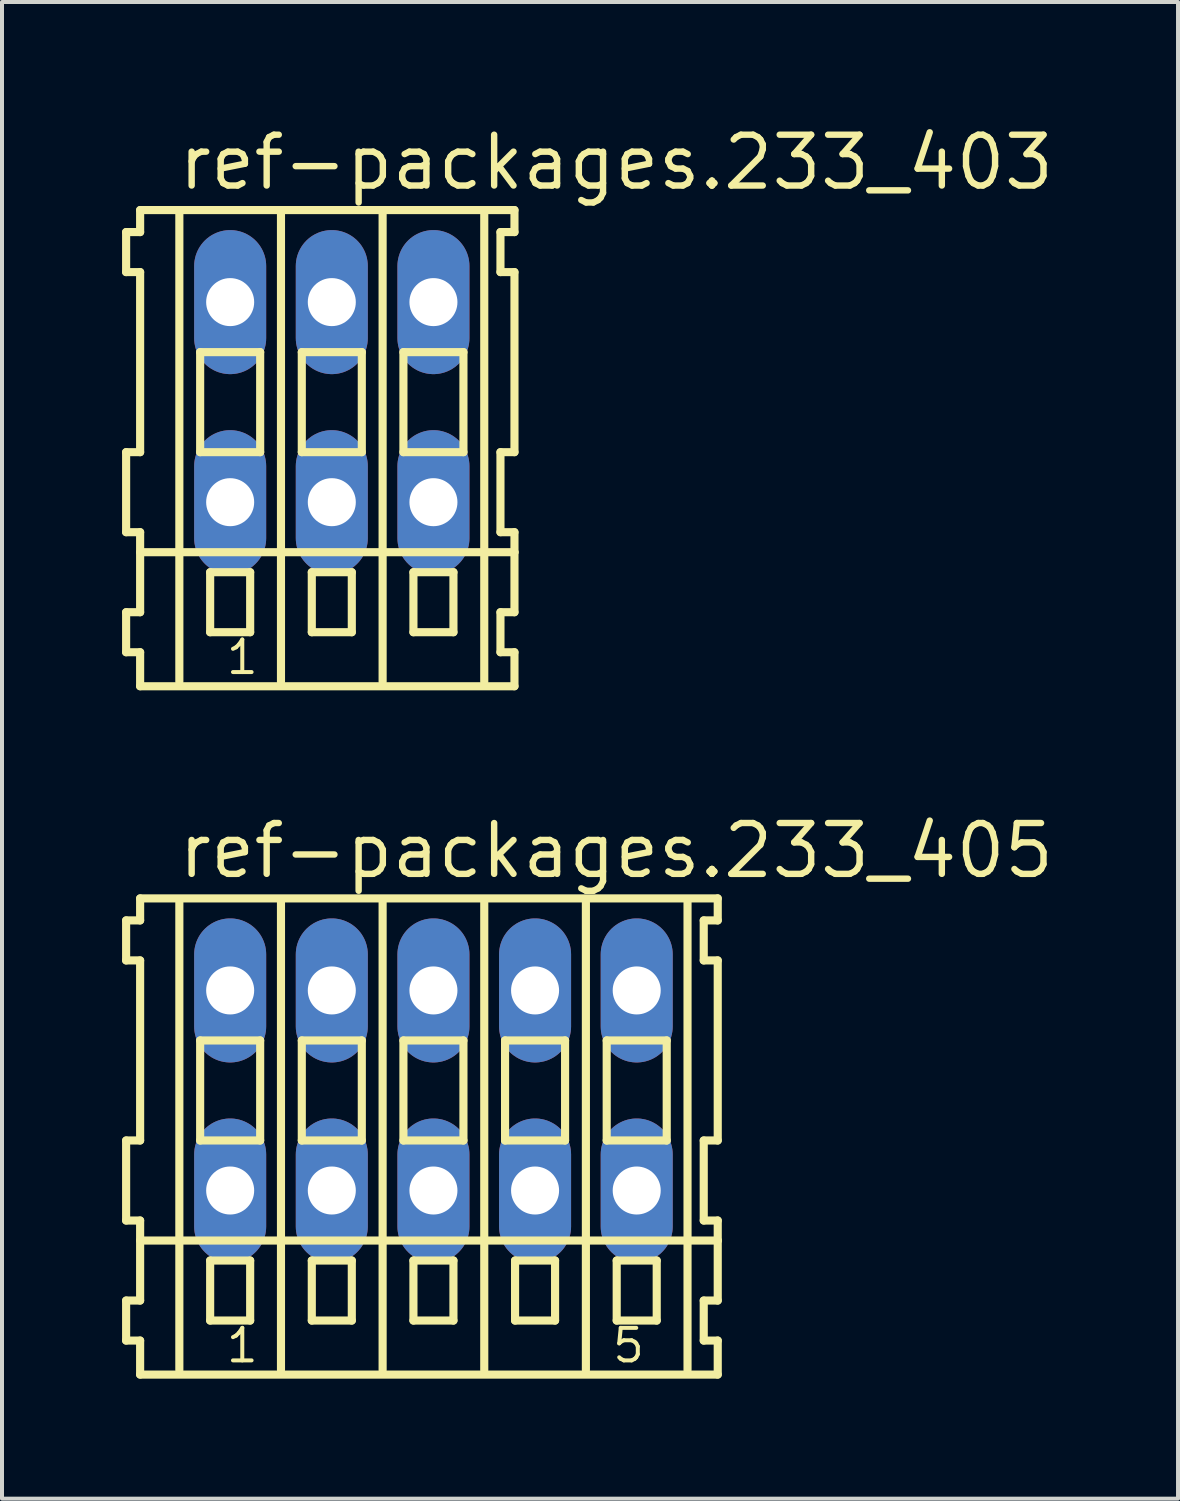
<source format=kicad_pcb>
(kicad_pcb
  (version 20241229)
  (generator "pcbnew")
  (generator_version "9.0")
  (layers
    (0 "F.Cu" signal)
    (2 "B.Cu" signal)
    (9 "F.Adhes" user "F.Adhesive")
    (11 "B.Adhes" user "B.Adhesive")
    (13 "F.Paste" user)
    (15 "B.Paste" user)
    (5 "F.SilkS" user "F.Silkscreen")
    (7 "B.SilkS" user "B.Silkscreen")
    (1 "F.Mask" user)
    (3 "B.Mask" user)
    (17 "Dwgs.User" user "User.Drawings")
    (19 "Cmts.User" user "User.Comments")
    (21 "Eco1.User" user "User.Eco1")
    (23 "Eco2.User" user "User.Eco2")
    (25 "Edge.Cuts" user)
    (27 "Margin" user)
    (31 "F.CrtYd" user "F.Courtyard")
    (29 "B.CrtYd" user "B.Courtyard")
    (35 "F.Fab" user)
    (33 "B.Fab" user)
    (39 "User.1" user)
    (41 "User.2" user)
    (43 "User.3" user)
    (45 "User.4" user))
  (footprint "ref-packages.233_403"
    (layer "F.Cu")
    (at 5.242 7)
    (property "Reference" "ref-packages.233_403" (at -3.91 -5.25 0) (layer "F.SilkS") (effects (font (size 1.27 1.27) (thickness 0.16)) (justify left bottom)))
    (attr through_hole)
    (fp_line (start -5.14 -4.25) (end -5.14 -3.25) (stroke (width 0.203) (type default)) (layer "F.SilkS"))
    (fp_line (start -5.14 -3.25) (end -4.79 -3.25) (stroke (width 0.203) (type default)) (layer "F.SilkS"))
    (fp_line (start -5.14 1.25) (end -5.14 3.25) (stroke (width 0.203) (type default)) (layer "F.SilkS"))
    (fp_line (start -5.14 3.25) (end -4.79 3.25) (stroke (width 0.203) (type default)) (layer "F.SilkS"))
    (fp_line (start -5.14 5.25) (end -5.14 6.25) (stroke (width 0.203) (type default)) (layer "F.SilkS"))
    (fp_line (start -5.14 6.25) (end -4.79 6.25) (stroke (width 0.203) (type default)) (layer "F.SilkS"))
    (fp_line (start -4.79 -4.8) (end -4.79 -4.25) (stroke (width 0.203) (type default)) (layer "F.SilkS"))
    (fp_line (start -4.79 -4.25) (end -5.14 -4.25) (stroke (width 0.203) (type default)) (layer "F.SilkS"))
    (fp_line (start -4.79 -3.25) (end -4.79 1.25) (stroke (width 0.203) (type default)) (layer "F.SilkS"))
    (fp_line (start -4.79 1.25) (end -5.14 1.25) (stroke (width 0.203) (type default)) (layer "F.SilkS"))
    (fp_line (start -4.79 3.25) (end -4.79 5.25) (stroke (width 0.203) (type default)) (layer "F.SilkS"))
    (fp_line (start -4.79 3.75) (end 4.565 3.75) (stroke (width 0.203) (type default)) (layer "F.SilkS"))
    (fp_line (start -4.79 5.25) (end -5.14 5.25) (stroke (width 0.203) (type default)) (layer "F.SilkS"))
    (fp_line (start -4.79 6.25) (end -4.79 7.1) (stroke (width 0.203) (type default)) (layer "F.SilkS"))
    (fp_line (start -4.79 7.1) (end 4.565 7.1) (stroke (width 0.203) (type default)) (layer "F.SilkS"))
    (fp_line (start -3.81 6.985) (end -3.81 -4.699) (stroke (width 0.203) (type default)) (layer "F.SilkS"))
    (fp_line (start -3.29 -1.25) (end -3.29 1.25) (stroke (width 0.203) (type default)) (layer "F.SilkS"))
    (fp_line (start -3.29 1.25) (end -1.79 1.25) (stroke (width 0.203) (type default)) (layer "F.SilkS"))
    (fp_line (start -3.04 4.25) (end -3.04 5.75) (stroke (width 0.203) (type default)) (layer "F.SilkS"))
    (fp_line (start -3.04 5.75) (end -2.04 5.75) (stroke (width 0.203) (type default)) (layer "F.SilkS"))
    (fp_line (start -2.04 4.25) (end -3.04 4.25) (stroke (width 0.203) (type default)) (layer "F.SilkS"))
    (fp_line (start -2.04 5.75) (end -2.04 4.25) (stroke (width 0.203) (type default)) (layer "F.SilkS"))
    (fp_line (start -1.79 -1.25) (end -3.29 -1.25) (stroke (width 0.203) (type default)) (layer "F.SilkS"))
    (fp_line (start -1.79 1.25) (end -1.79 -1.25) (stroke (width 0.203) (type default)) (layer "F.SilkS"))
    (fp_line (start -1.27 6.985) (end -1.27 -4.699) (stroke (width 0.203) (type default)) (layer "F.SilkS"))
    (fp_line (start -0.75 -1.25) (end -0.75 1.25) (stroke (width 0.203) (type default)) (layer "F.SilkS"))
    (fp_line (start -0.75 1.25) (end 0.75 1.25) (stroke (width 0.203) (type default)) (layer "F.SilkS"))
    (fp_line (start -0.5 4.25) (end -0.5 5.75) (stroke (width 0.203) (type default)) (layer "F.SilkS"))
    (fp_line (start -0.5 5.75) (end 0.5 5.75) (stroke (width 0.203) (type default)) (layer "F.SilkS"))
    (fp_line (start 0.5 4.25) (end -0.5 4.25) (stroke (width 0.203) (type default)) (layer "F.SilkS"))
    (fp_line (start 0.5 5.75) (end 0.5 4.25) (stroke (width 0.203) (type default)) (layer "F.SilkS"))
    (fp_line (start 0.75 -1.25) (end -0.75 -1.25) (stroke (width 0.203) (type default)) (layer "F.SilkS"))
    (fp_line (start 0.75 1.25) (end 0.75 -1.25) (stroke (width 0.203) (type default)) (layer "F.SilkS"))
    (fp_line (start 1.27 6.985) (end 1.27 -4.699) (stroke (width 0.203) (type default)) (layer "F.SilkS"))
    (fp_line (start 1.79 -1.25) (end 1.79 1.25) (stroke (width 0.203) (type default)) (layer "F.SilkS"))
    (fp_line (start 1.79 1.25) (end 3.29 1.25) (stroke (width 0.203) (type default)) (layer "F.SilkS"))
    (fp_line (start 2.04 4.25) (end 2.04 5.75) (stroke (width 0.203) (type default)) (layer "F.SilkS"))
    (fp_line (start 2.04 5.75) (end 3.04 5.75) (stroke (width 0.203) (type default)) (layer "F.SilkS"))
    (fp_line (start 3.04 4.25) (end 2.04 4.25) (stroke (width 0.203) (type default)) (layer "F.SilkS"))
    (fp_line (start 3.04 5.75) (end 3.04 4.25) (stroke (width 0.203) (type default)) (layer "F.SilkS"))
    (fp_line (start 3.29 -1.25) (end 1.79 -1.25) (stroke (width 0.203) (type default)) (layer "F.SilkS"))
    (fp_line (start 3.29 1.25) (end 3.29 -1.25) (stroke (width 0.203) (type default)) (layer "F.SilkS"))
    (fp_line (start 3.81 6.985) (end 3.81 -4.699) (stroke (width 0.203) (type default)) (layer "F.SilkS"))
    (fp_line (start 4.215 -4.25) (end 4.215 -3.25) (stroke (width 0.203) (type default)) (layer "F.SilkS"))
    (fp_line (start 4.215 -3.25) (end 4.565 -3.25) (stroke (width 0.203) (type default)) (layer "F.SilkS"))
    (fp_line (start 4.215 1.25) (end 4.215 3.25) (stroke (width 0.203) (type default)) (layer "F.SilkS"))
    (fp_line (start 4.215 3.25) (end 4.565 3.25) (stroke (width 0.203) (type default)) (layer "F.SilkS"))
    (fp_line (start 4.215 5.25) (end 4.215 6.25) (stroke (width 0.203) (type default)) (layer "F.SilkS"))
    (fp_line (start 4.215 6.25) (end 4.565 6.25) (stroke (width 0.203) (type default)) (layer "F.SilkS"))
    (fp_line (start 4.565 -4.8) (end -4.79 -4.8) (stroke (width 0.203) (type default)) (layer "F.SilkS"))
    (fp_line (start 4.565 -4.25) (end 4.215 -4.25) (stroke (width 0.203) (type default)) (layer "F.SilkS"))
    (fp_line (start 4.565 -4.25) (end 4.565 -4.8) (stroke (width 0.203) (type default)) (layer "F.SilkS"))
    (fp_line (start 4.565 1.25) (end 4.215 1.25) (stroke (width 0.203) (type default)) (layer "F.SilkS"))
    (fp_line (start 4.565 1.25) (end 4.565 -3.25) (stroke (width 0.203) (type default)) (layer "F.SilkS"))
    (fp_line (start 4.565 3.75) (end 4.565 3.25) (stroke (width 0.203) (type default)) (layer "F.SilkS"))
    (fp_line (start 4.565 5.25) (end 4.215 5.25) (stroke (width 0.203) (type default)) (layer "F.SilkS"))
    (fp_line (start 4.565 5.25) (end 4.565 3.75) (stroke (width 0.203) (type default)) (layer "F.SilkS"))
    (fp_line (start 4.565 7.1) (end 4.565 6.25) (stroke (width 0.203) (type default)) (layer "F.SilkS"))
    (fp_text user "1" (at -2.69 6.85 0) (layer "F.SilkS") (effects (font (size 0.813 0.813) (thickness 0.1)) (justify left bottom)))
    (pad "A1" thru_hole oval (at -2.54 -2.5 90) (size 3.6 1.8) (drill 1.2) (layers "*.Cu" "*.Mask"))
    (pad "A2" thru_hole oval (at 0 -2.5 90) (size 3.6 1.8) (drill 1.2) (layers "*.Cu" "*.Mask"))
    (pad "A3" thru_hole oval (at 2.54 -2.5 90) (size 3.6 1.8) (drill 1.2) (layers "*.Cu" "*.Mask"))
    (pad "B1" thru_hole oval (at -2.54 2.5 90) (size 3.6 1.8) (drill 1.2) (layers "*.Cu" "*.Mask"))
    (pad "B2" thru_hole oval (at 0 2.5 90) (size 3.6 1.8) (drill 1.2) (layers "*.Cu" "*.Mask"))
    (pad "B3" thru_hole oval (at 2.54 2.5 90) (size 3.6 1.8) (drill 1.2) (layers "*.Cu" "*.Mask")))
  (footprint "ref-packages.233_405"
    (layer "F.Cu")
    (at 7.782 24.202)
    (property "Reference" "ref-packages.233_405" (at -6.45 -5.25 0) (layer "F.SilkS") (effects (font (size 1.27 1.27) (thickness 0.16)) (justify left bottom)))
    (attr through_hole)
    (fp_line (start -7.68 -4.25) (end -7.68 -3.25) (stroke (width 0.203) (type default)) (layer "F.SilkS"))
    (fp_line (start -7.68 -3.25) (end -7.33 -3.25) (stroke (width 0.203) (type default)) (layer "F.SilkS"))
    (fp_line (start -7.68 1.25) (end -7.68 3.25) (stroke (width 0.203) (type default)) (layer "F.SilkS"))
    (fp_line (start -7.68 3.25) (end -7.33 3.25) (stroke (width 0.203) (type default)) (layer "F.SilkS"))
    (fp_line (start -7.68 5.25) (end -7.68 6.25) (stroke (width 0.203) (type default)) (layer "F.SilkS"))
    (fp_line (start -7.68 6.25) (end -7.33 6.25) (stroke (width 0.203) (type default)) (layer "F.SilkS"))
    (fp_line (start -7.33 -4.8) (end -7.33 -4.25) (stroke (width 0.203) (type default)) (layer "F.SilkS"))
    (fp_line (start -7.33 -4.25) (end -7.68 -4.25) (stroke (width 0.203) (type default)) (layer "F.SilkS"))
    (fp_line (start -7.33 -3.25) (end -7.33 1.25) (stroke (width 0.203) (type default)) (layer "F.SilkS"))
    (fp_line (start -7.33 1.25) (end -7.68 1.25) (stroke (width 0.203) (type default)) (layer "F.SilkS"))
    (fp_line (start -7.33 3.25) (end -7.33 5.25) (stroke (width 0.203) (type default)) (layer "F.SilkS"))
    (fp_line (start -7.33 3.75) (end 7.105 3.75) (stroke (width 0.203) (type default)) (layer "F.SilkS"))
    (fp_line (start -7.33 5.25) (end -7.68 5.25) (stroke (width 0.203) (type default)) (layer "F.SilkS"))
    (fp_line (start -7.33 6.25) (end -7.33 7.1) (stroke (width 0.203) (type default)) (layer "F.SilkS"))
    (fp_line (start -7.33 7.1) (end 7.105 7.1) (stroke (width 0.203) (type default)) (layer "F.SilkS"))
    (fp_line (start -6.35 6.985) (end -6.35 -4.699) (stroke (width 0.203) (type default)) (layer "F.SilkS"))
    (fp_line (start -5.83 -1.25) (end -5.83 1.25) (stroke (width 0.203) (type default)) (layer "F.SilkS"))
    (fp_line (start -5.83 1.25) (end -4.33 1.25) (stroke (width 0.203) (type default)) (layer "F.SilkS"))
    (fp_line (start -5.58 4.25) (end -5.58 5.75) (stroke (width 0.203) (type default)) (layer "F.SilkS"))
    (fp_line (start -5.58 5.75) (end -4.58 5.75) (stroke (width 0.203) (type default)) (layer "F.SilkS"))
    (fp_line (start -4.58 4.25) (end -5.58 4.25) (stroke (width 0.203) (type default)) (layer "F.SilkS"))
    (fp_line (start -4.58 5.75) (end -4.58 4.25) (stroke (width 0.203) (type default)) (layer "F.SilkS"))
    (fp_line (start -4.33 -1.25) (end -5.83 -1.25) (stroke (width 0.203) (type default)) (layer "F.SilkS"))
    (fp_line (start -4.33 1.25) (end -4.33 -1.25) (stroke (width 0.203) (type default)) (layer "F.SilkS"))
    (fp_line (start -3.81 6.985) (end -3.81 -4.699) (stroke (width 0.203) (type default)) (layer "F.SilkS"))
    (fp_line (start -3.29 -1.25) (end -3.29 1.25) (stroke (width 0.203) (type default)) (layer "F.SilkS"))
    (fp_line (start -3.29 1.25) (end -1.79 1.25) (stroke (width 0.203) (type default)) (layer "F.SilkS"))
    (fp_line (start -3.04 4.25) (end -3.04 5.75) (stroke (width 0.203) (type default)) (layer "F.SilkS"))
    (fp_line (start -3.04 5.75) (end -2.04 5.75) (stroke (width 0.203) (type default)) (layer "F.SilkS"))
    (fp_line (start -2.04 4.25) (end -3.04 4.25) (stroke (width 0.203) (type default)) (layer "F.SilkS"))
    (fp_line (start -2.04 5.75) (end -2.04 4.25) (stroke (width 0.203) (type default)) (layer "F.SilkS"))
    (fp_line (start -1.79 -1.25) (end -3.29 -1.25) (stroke (width 0.203) (type default)) (layer "F.SilkS"))
    (fp_line (start -1.79 1.25) (end -1.79 -1.25) (stroke (width 0.203) (type default)) (layer "F.SilkS"))
    (fp_line (start -1.27 6.985) (end -1.27 -4.699) (stroke (width 0.203) (type default)) (layer "F.SilkS"))
    (fp_line (start -0.75 -1.25) (end -0.75 1.25) (stroke (width 0.203) (type default)) (layer "F.SilkS"))
    (fp_line (start -0.75 1.25) (end 0.75 1.25) (stroke (width 0.203) (type default)) (layer "F.SilkS"))
    (fp_line (start -0.5 4.25) (end -0.5 5.75) (stroke (width 0.203) (type default)) (layer "F.SilkS"))
    (fp_line (start -0.5 5.75) (end 0.5 5.75) (stroke (width 0.203) (type default)) (layer "F.SilkS"))
    (fp_line (start 0.5 4.25) (end -0.5 4.25) (stroke (width 0.203) (type default)) (layer "F.SilkS"))
    (fp_line (start 0.5 5.75) (end 0.5 4.25) (stroke (width 0.203) (type default)) (layer "F.SilkS"))
    (fp_line (start 0.75 -1.25) (end -0.75 -1.25) (stroke (width 0.203) (type default)) (layer "F.SilkS"))
    (fp_line (start 0.75 1.25) (end 0.75 -1.25) (stroke (width 0.203) (type default)) (layer "F.SilkS"))
    (fp_line (start 1.27 6.985) (end 1.27 -4.699) (stroke (width 0.203) (type default)) (layer "F.SilkS"))
    (fp_line (start 1.79 -1.25) (end 1.79 1.25) (stroke (width 0.203) (type default)) (layer "F.SilkS"))
    (fp_line (start 1.79 1.25) (end 3.29 1.25) (stroke (width 0.203) (type default)) (layer "F.SilkS"))
    (fp_line (start 2.04 4.25) (end 2.04 5.75) (stroke (width 0.203) (type default)) (layer "F.SilkS"))
    (fp_line (start 2.04 5.75) (end 3.04 5.75) (stroke (width 0.203) (type default)) (layer "F.SilkS"))
    (fp_line (start 3.04 4.25) (end 2.04 4.25) (stroke (width 0.203) (type default)) (layer "F.SilkS"))
    (fp_line (start 3.04 5.75) (end 3.04 4.25) (stroke (width 0.203) (type default)) (layer "F.SilkS"))
    (fp_line (start 3.29 -1.25) (end 1.79 -1.25) (stroke (width 0.203) (type default)) (layer "F.SilkS"))
    (fp_line (start 3.29 1.25) (end 3.29 -1.25) (stroke (width 0.203) (type default)) (layer "F.SilkS"))
    (fp_line (start 3.81 6.985) (end 3.81 -4.699) (stroke (width 0.203) (type default)) (layer "F.SilkS"))
    (fp_line (start 4.33 -1.25) (end 4.33 1.25) (stroke (width 0.203) (type default)) (layer "F.SilkS"))
    (fp_line (start 4.33 1.25) (end 5.83 1.25) (stroke (width 0.203) (type default)) (layer "F.SilkS"))
    (fp_line (start 4.58 4.25) (end 4.58 5.75) (stroke (width 0.203) (type default)) (layer "F.SilkS"))
    (fp_line (start 4.58 5.75) (end 5.58 5.75) (stroke (width 0.203) (type default)) (layer "F.SilkS"))
    (fp_line (start 5.58 4.25) (end 4.58 4.25) (stroke (width 0.203) (type default)) (layer "F.SilkS"))
    (fp_line (start 5.58 5.75) (end 5.58 4.25) (stroke (width 0.203) (type default)) (layer "F.SilkS"))
    (fp_line (start 5.83 -1.25) (end 4.33 -1.25) (stroke (width 0.203) (type default)) (layer "F.SilkS"))
    (fp_line (start 5.83 1.25) (end 5.83 -1.25) (stroke (width 0.203) (type default)) (layer "F.SilkS"))
    (fp_line (start 6.35 6.985) (end 6.35 -4.699) (stroke (width 0.203) (type default)) (layer "F.SilkS"))
    (fp_line (start 6.755 -4.25) (end 6.755 -3.25) (stroke (width 0.203) (type default)) (layer "F.SilkS"))
    (fp_line (start 6.755 -3.25) (end 7.105 -3.25) (stroke (width 0.203) (type default)) (layer "F.SilkS"))
    (fp_line (start 6.755 1.25) (end 6.755 3.25) (stroke (width 0.203) (type default)) (layer "F.SilkS"))
    (fp_line (start 6.755 3.25) (end 7.105 3.25) (stroke (width 0.203) (type default)) (layer "F.SilkS"))
    (fp_line (start 6.755 5.25) (end 6.755 6.25) (stroke (width 0.203) (type default)) (layer "F.SilkS"))
    (fp_line (start 6.755 6.25) (end 7.105 6.25) (stroke (width 0.203) (type default)) (layer "F.SilkS"))
    (fp_line (start 7.105 -4.8) (end -7.33 -4.8) (stroke (width 0.203) (type default)) (layer "F.SilkS"))
    (fp_line (start 7.105 -4.25) (end 6.755 -4.25) (stroke (width 0.203) (type default)) (layer "F.SilkS"))
    (fp_line (start 7.105 -4.25) (end 7.105 -4.8) (stroke (width 0.203) (type default)) (layer "F.SilkS"))
    (fp_line (start 7.105 1.25) (end 6.755 1.25) (stroke (width 0.203) (type default)) (layer "F.SilkS"))
    (fp_line (start 7.105 1.25) (end 7.105 -3.25) (stroke (width 0.203) (type default)) (layer "F.SilkS"))
    (fp_line (start 7.105 3.75) (end 7.105 3.25) (stroke (width 0.203) (type default)) (layer "F.SilkS"))
    (fp_line (start 7.105 5.25) (end 6.755 5.25) (stroke (width 0.203) (type default)) (layer "F.SilkS"))
    (fp_line (start 7.105 5.25) (end 7.105 3.75) (stroke (width 0.203) (type default)) (layer "F.SilkS"))
    (fp_line (start 7.105 7.1) (end 7.105 6.25) (stroke (width 0.203) (type default)) (layer "F.SilkS"))
    (fp_text user "1" (at -5.23 6.85 0) (layer "F.SilkS") (effects (font (size 0.813 0.813) (thickness 0.1)) (justify left bottom)))
    (fp_text user "5" (at 4.422 6.85 0) (layer "F.SilkS") (effects (font (size 0.813 0.813) (thickness 0.1)) (justify left bottom)))
    (pad "A1" thru_hole oval (at -5.08 -2.5 90) (size 3.6 1.8) (drill 1.2) (layers "*.Cu" "*.Mask"))
    (pad "A2" thru_hole oval (at -2.54 -2.5 90) (size 3.6 1.8) (drill 1.2) (layers "*.Cu" "*.Mask"))
    (pad "A3" thru_hole oval (at 0 -2.5 90) (size 3.6 1.8) (drill 1.2) (layers "*.Cu" "*.Mask"))
    (pad "A4" thru_hole oval (at 2.54 -2.5 90) (size 3.6 1.8) (drill 1.2) (layers "*.Cu" "*.Mask"))
    (pad "A5" thru_hole oval (at 5.08 -2.5 90) (size 3.6 1.8) (drill 1.2) (layers "*.Cu" "*.Mask"))
    (pad "B1" thru_hole oval (at -5.08 2.5 90) (size 3.6 1.8) (drill 1.2) (layers "*.Cu" "*.Mask"))
    (pad "B2" thru_hole oval (at -2.54 2.5 90) (size 3.6 1.8) (drill 1.2) (layers "*.Cu" "*.Mask"))
    (pad "B3" thru_hole oval (at 0 2.5 90) (size 3.6 1.8) (drill 1.2) (layers "*.Cu" "*.Mask"))
    (pad "B4" thru_hole oval (at 2.54 2.5 90) (size 3.6 1.8) (drill 1.2) (layers "*.Cu" "*.Mask"))
    (pad "B5" thru_hole oval (at 5.08 2.5 90) (size 3.6 1.8) (drill 1.2) (layers "*.Cu" "*.Mask")))
  (gr_rect
    (start -3 -3)
    (end 26.39 34.403)
    (stroke (width 0.1) (type default))
    (fill no)
    (layer "Edge.Cuts")))
</source>
